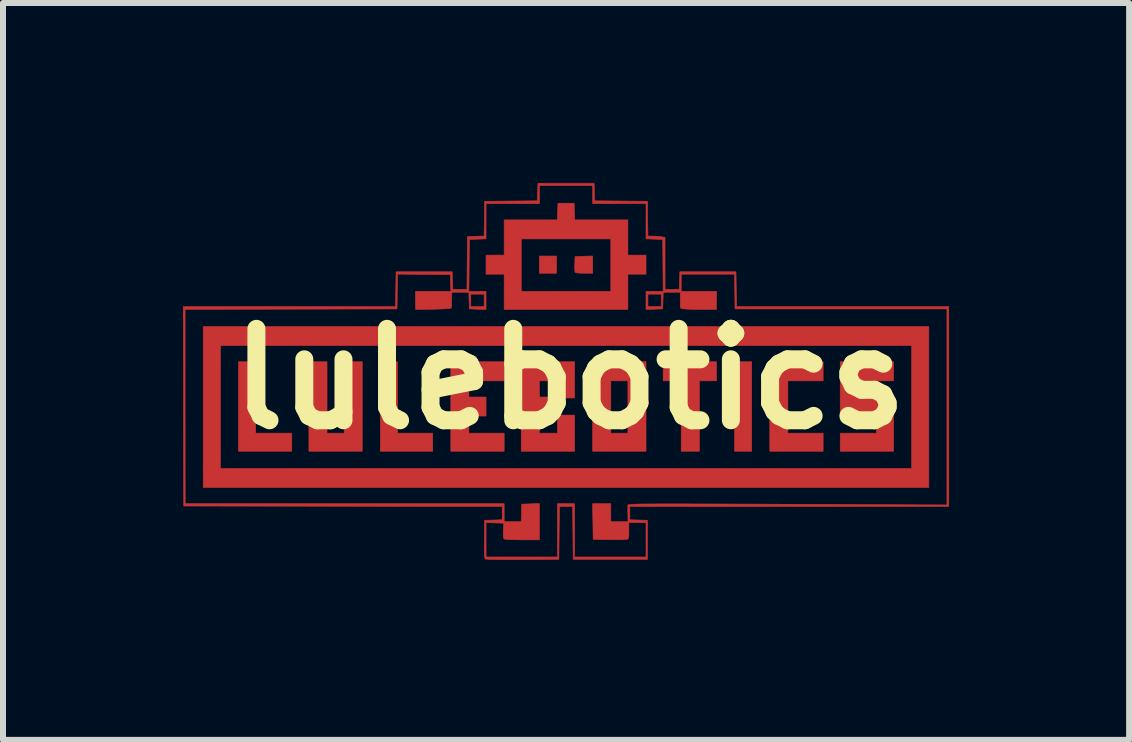
<source format=kicad_pcb>
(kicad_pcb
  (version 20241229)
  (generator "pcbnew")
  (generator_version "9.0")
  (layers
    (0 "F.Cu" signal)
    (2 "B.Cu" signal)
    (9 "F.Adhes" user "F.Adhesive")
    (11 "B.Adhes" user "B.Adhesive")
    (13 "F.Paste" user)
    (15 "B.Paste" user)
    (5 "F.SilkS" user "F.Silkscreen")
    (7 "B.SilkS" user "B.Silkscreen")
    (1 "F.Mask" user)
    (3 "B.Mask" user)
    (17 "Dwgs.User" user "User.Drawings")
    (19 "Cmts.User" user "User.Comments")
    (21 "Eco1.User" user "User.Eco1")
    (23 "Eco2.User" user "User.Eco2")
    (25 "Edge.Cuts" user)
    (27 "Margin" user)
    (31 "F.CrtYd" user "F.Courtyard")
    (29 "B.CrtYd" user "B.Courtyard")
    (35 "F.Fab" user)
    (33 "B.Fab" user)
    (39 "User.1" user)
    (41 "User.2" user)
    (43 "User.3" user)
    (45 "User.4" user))
  (footprint "lulebotics"
    (layer "F.Cu")
    (at 6.45 3.267)
    (property "Reference" "lulebotics" (at 0 0 0) (layer "F.SilkS") (effects (font (size 1.524 1.524) (thickness 0.3))))
    (attr through_hole)
    (fp_poly (pts (xy -0.222 -1.762) (xy -0.508 -1.762) (xy -0.508 -2.048) (xy -0.222 -2.048) (xy -0.222 -1.762)) (stroke (width 0.01) (type solid)) (fill yes) (layer "F.Cu"))
    (fp_poly (pts (xy 3.032 1.206) (xy 2.746 1.206) (xy 2.746 -0.286) (xy 3.032 -0.286) (xy 3.032 1.206)) (stroke (width 0.01) (type solid)) (fill yes) (layer "F.Cu"))
    (fp_poly (pts (xy -5.239 0.905) (xy -4.636 0.905) (xy -4.636 1.206) (xy -5.524 1.206) (xy -5.524 -0.286) (xy -5.239 -0.286) (xy -5.239 0.905)) (stroke (width 0.01) (type solid)) (fill yes) (layer "F.Cu"))
    (fp_poly (pts (xy -2.873 0.905) (xy -2.286 0.905) (xy -2.286 1.206) (xy -3.159 1.206) (xy -3.159 -0.286) (xy -2.873 -0.286) (xy -2.873 0.905)) (stroke (width 0.01) (type solid)) (fill yes) (layer "F.Cu"))
    (fp_poly (pts (xy -4.048 0.905) (xy -3.762 0.905) (xy -3.762 -0.286) (xy -3.461 -0.286) (xy -3.461 1.206) (xy -4.35 1.206) (xy -4.35 -0.286) (xy -4.048 -0.286) (xy -4.048 0.905)) (stroke (width 0.01) (type solid)) (fill yes) (layer "F.Cu"))
    (fp_poly (pts (xy 2.445 0.032) (xy 2.159 0.032) (xy 2.159 1.206) (xy 1.857 1.206) (xy 1.857 0.032) (xy 1.556 0.032) (xy 1.556 -0.286) (xy 2.445 -0.286) (xy 2.445 0.032)) (stroke (width 0.01) (type solid)) (fill yes) (layer "F.Cu"))
    (fp_poly (pts (xy 4.223 0.032) (xy 3.635 0.032) (xy 3.635 0.905) (xy 4.223 0.905) (xy 4.223 1.206) (xy 3.334 1.206) (xy 3.334 -0.286) (xy 4.223 -0.286) (xy 4.223 0.032)) (stroke (width 0.01) (type solid)) (fill yes) (layer "F.Cu"))
    (fp_poly (pts (xy 1.27 1.206) (xy 0.381 1.206) (xy 0.381 0.032) (xy 0.683 0.032) (xy 0.683 0.905) (xy 0.968 0.905) (xy 0.968 0.032) (xy 0.683 0.032) (xy 0.381 0.032) (xy 0.381 -0.286) (xy 1.27 -0.286) (xy 1.27 1.206)) (stroke (width 0.01) (type solid)) (fill yes) (layer "F.Cu"))
    (fp_poly (pts (xy 5.985 1.81) (xy -6.112 1.81) (xy -6.112 -0.556) (xy -5.826 -0.556) (xy -5.826 1.492) (xy 5.699 1.492) (xy 5.699 -0.556) (xy -5.826 -0.556) (xy -6.112 -0.556) (xy -6.112 -0.873) (xy 5.985 -0.873) (xy 5.985 1.81)) (stroke (width 0.01) (type solid)) (fill yes) (layer "F.Cu"))
    (fp_poly (pts (xy -1.095 0.032) (xy -1.683 0.032) (xy -1.683 0.302) (xy -1.397 0.302) (xy -1.397 0.619) (xy -1.683 0.619) (xy -1.683 0.905) (xy -1.095 0.905) (xy -1.095 1.206) (xy -1.984 1.206) (xy -1.984 -0.286) (xy -1.095 -0.286) (xy -1.095 0.032)) (stroke (width 0.01) (type solid)) (fill yes) (layer "F.Cu"))
    (fp_poly (pts (xy 5.397 0.032) (xy 4.81 0.032) (xy 4.81 0.302) (xy 5.397 0.302) (xy 5.397 1.206) (xy 4.508 1.206) (xy 4.508 0.905) (xy 5.112 0.905) (xy 5.112 0.619) (xy 4.508 0.619) (xy 4.508 -0.286) (xy 5.397 -0.286) (xy 5.397 0.032)) (stroke (width 0.01) (type solid)) (fill yes) (layer "F.Cu"))
    (fp_poly (pts (xy 0.381 -1.762) (xy 0.238 -1.762) (xy 0.163 -1.764) (xy 0.115 -1.768) (xy 0.091 -1.777) (xy 0.086 -1.783) (xy 0.083 -1.809) (xy 0.081 -1.857) (xy 0.082 -1.916) (xy 0.083 -1.922) (xy 0.087 -2.04) (xy 0.234 -2.045) (xy 0.381 -2.049) (xy 0.381 -1.762)) (stroke (width 0.01) (type solid)) (fill yes) (layer "F.Cu"))
    (fp_poly (pts (xy 0.079 0.318) (xy -0.206 0.318) (xy -0.206 0.603) (xy 0.079 0.603) (xy 0.079 1.206) (xy -0.81 1.206) (xy -0.81 0.619) (xy -0.508 0.619) (xy -0.508 0.905) (xy -0.206 0.905) (xy -0.206 0.619) (xy -0.508 0.619) (xy -0.81 0.619) (xy -0.81 0.032) (xy -0.508 0.032) (xy -0.508 0.302) (xy -0.206 0.302) (xy -0.206 0.032) (xy -0.508 0.032) (xy -0.81 0.032) (xy -0.81 -0.286) (xy 0.079 -0.286) (xy 0.079 0.318)) (stroke (width 0.01) (type solid)) (fill yes) (layer "F.Cu"))
    (fp_poly (pts (xy 0.076 -2.79) (xy 0.081 -2.651) (xy 0.968 -2.651) (xy 0.968 -2.064) (xy 1.27 -2.064) (xy 1.27 -1.746) (xy 0.968 -1.746) (xy 0.968 -1.159) (xy -1.095 -1.159) (xy -1.095 -1.746) (xy -1.397 -1.746) (xy -1.397 -2.064) (xy -1.095 -2.064) (xy -1.095 -2.334) (xy -0.81 -2.334) (xy -0.81 -1.46) (xy 0.683 -1.46) (xy 0.683 -2.334) (xy -0.81 -2.334) (xy -1.095 -2.334) (xy -1.095 -2.651) (xy -0.208 -2.651) (xy -0.203 -2.79) (xy -0.198 -2.929) (xy 0.071 -2.929) (xy 0.076 -2.79)) (stroke (width 0.01) (type solid)) (fill yes) (layer "F.Cu"))
    (fp_poly (pts (xy 0.409 -3.116) (xy 0.414 -2.969) (xy 1.294 -2.961) (xy 1.302 -2.381) (xy 1.371 -2.381) (xy 1.433 -2.379) (xy 1.5 -2.373) (xy 1.514 -2.371) (xy 1.587 -2.361) (xy 1.587 -1.492) (xy 1.824 -1.492) (xy 1.829 -1.639) (xy 1.834 -1.786) (xy 2.77 -1.786) (xy 2.779 -1.206) (xy 6.318 -1.206) (xy 6.318 2.127) (xy 1 2.127) (xy 1 2.348) (xy 1.147 2.353) (xy 1.294 2.357) (xy 1.294 3.008) (xy 0.056 3.008) (xy 0.047 2.127) (xy -0.174 2.127) (xy -0.183 3.008) (xy -0.786 3.012) (xy -0.922 3.013) (xy -1.048 3.013) (xy -1.161 3.012) (xy -1.257 3.01) (xy -1.333 3.009) (xy -1.384 3.006) (xy -1.408 3.003) (xy -1.409 3.003) (xy -1.416 2.991) (xy -1.422 2.962) (xy -1.425 2.914) (xy -1.426 2.843) (xy -1.426 2.746) (xy -1.425 2.674) (xy -1.421 2.357) (xy -1.274 2.353) (xy -1.127 2.348) (xy -1.127 2.127) (xy -6.437 2.119) (xy -6.445 -1.159) (xy -6.414 -1.159) (xy -6.414 0.46) (xy -6.413 2.08) (xy -1.095 2.08) (xy -1.095 2.381) (xy -0.811 2.381) (xy -0.806 2.234) (xy -0.802 2.088) (xy -0.655 2.083) (xy -0.508 2.078) (xy -0.508 2.683) (xy -0.79 2.683) (xy -0.882 2.682) (xy -0.965 2.68) (xy -1.031 2.677) (xy -1.076 2.673) (xy -1.093 2.669) (xy -1.105 2.652) (xy -1.11 2.616) (xy -1.11 2.555) (xy -1.109 2.53) (xy -1.103 2.405) (xy -1.25 2.4) (xy -1.397 2.396) (xy -1.397 2.969) (xy -0.205 2.969) (xy -0.206 2.568) (xy -0.207 2.456) (xy -0.207 2.352) (xy -0.207 2.262) (xy -0.207 2.19) (xy -0.207 2.142) (xy -0.207 2.123) (xy -0.206 2.08) (xy 0.079 2.08) (xy 0.079 2.969) (xy 1.27 2.969) (xy 1.27 2.397) (xy 0.984 2.397) (xy 0.984 2.532) (xy 0.984 2.597) (xy 0.981 2.638) (xy 0.974 2.66) (xy 0.962 2.671) (xy 0.949 2.675) (xy 0.921 2.678) (xy 0.868 2.68) (xy 0.796 2.681) (xy 0.71 2.68) (xy 0.651 2.679) (xy 0.389 2.675) (xy 0.38 2.08) (xy 0.683 2.08) (xy 0.683 2.381) (xy 0.97 2.381) (xy 0.968 2.258) (xy 0.967 2.195) (xy 0.967 2.143) (xy 0.967 2.11) (xy 0.967 2.107) (xy 0.968 2.104) (xy 0.973 2.1) (xy 0.982 2.097) (xy 0.996 2.095) (xy 1.018 2.093) (xy 1.049 2.091) (xy 1.09 2.089) (xy 1.142 2.087) (xy 1.207 2.086) (xy 1.287 2.085) (xy 1.382 2.085) (xy 1.495 2.084) (xy 1.626 2.084) (xy 1.777 2.084) (xy 1.95 2.084) (xy 2.145 2.085) (xy 2.365 2.085) (xy 2.61 2.086) (xy 2.882 2.087) (xy 3.183 2.088) (xy 3.514 2.09) (xy 3.627 2.09) (xy 6.287 2.101) (xy 6.287 -1.167) (xy 2.754 -1.167) (xy 2.75 -1.457) (xy 2.746 -1.746) (xy 1.857 -1.746) (xy 1.857 -1.46) (xy 2.445 -1.46) (xy 2.445 -1.159) (xy 2.163 -1.159) (xy 2.049 -1.16) (xy 1.963 -1.163) (xy 1.902 -1.167) (xy 1.864 -1.174) (xy 1.844 -1.184) (xy 1.84 -1.196) (xy 1.841 -1.216) (xy 1.841 -1.259) (xy 1.841 -1.316) (xy 1.841 -1.326) (xy 1.841 -1.445) (xy 1.557 -1.445) (xy 1.548 -1.167) (xy 1.27 -1.158) (xy 1.27 -1.413) (xy 1.302 -1.413) (xy 1.302 -1.206) (xy 1.524 -1.206) (xy 1.524 -1.413) (xy 1.302 -1.413) (xy 1.27 -1.413) (xy 1.27 -1.46) (xy 1.556 -1.46) (xy 1.548 -2.326) (xy 1.27 -2.335) (xy 1.27 -2.921) (xy 0.381 -2.921) (xy 0.381 -3.223) (xy -0.508 -3.223) (xy -0.508 -2.921) (xy -1.397 -2.921) (xy -1.397 -2.335) (xy -1.536 -2.33) (xy -1.675 -2.326) (xy -1.683 -1.46) (xy -1.397 -1.46) (xy -1.397 -1.158) (xy -1.536 -1.162) (xy -1.675 -1.167) (xy -1.683 -1.413) (xy -1.651 -1.413) (xy -1.651 -1.206) (xy -1.429 -1.206) (xy -1.429 -1.413) (xy -1.651 -1.413) (xy -1.683 -1.413) (xy -1.684 -1.445) (xy -1.968 -1.445) (xy -1.97 -1.326) (xy -1.972 -1.265) (xy -1.973 -1.216) (xy -1.974 -1.188) (xy -1.974 -1.187) (xy -1.984 -1.179) (xy -2.011 -1.173) (xy -2.06 -1.169) (xy -2.134 -1.166) (xy -2.235 -1.163) (xy -2.274 -1.162) (xy -2.572 -1.158) (xy -2.572 -1.46) (xy -1.983 -1.46) (xy -1.988 -1.599) (xy -1.992 -1.738) (xy -2.873 -1.747) (xy -2.881 -1.167) (xy -6.414 -1.159) (xy -6.445 -1.159) (xy -6.445 -1.206) (xy -2.906 -1.206) (xy -2.897 -1.786) (xy -1.961 -1.786) (xy -1.956 -1.639) (xy -1.951 -1.492) (xy -1.833 -1.492) (xy -1.715 -1.492) (xy -1.707 -2.373) (xy -1.568 -2.378) (xy -1.429 -2.382) (xy -1.425 -2.672) (xy -1.421 -2.961) (xy -0.541 -2.969) (xy -0.536 -3.116) (xy -0.532 -3.262) (xy 0.405 -3.262) (xy 0.409 -3.116)) (stroke (width 0.01) (type solid)) (fill yes) (layer "F.Cu")))
  (gr_rect
    (start -3 -3)
    (end 15.774 9.285)
    (stroke (width 0.1) (type default))
    (fill no)
    (layer "Edge.Cuts")))
</source>
